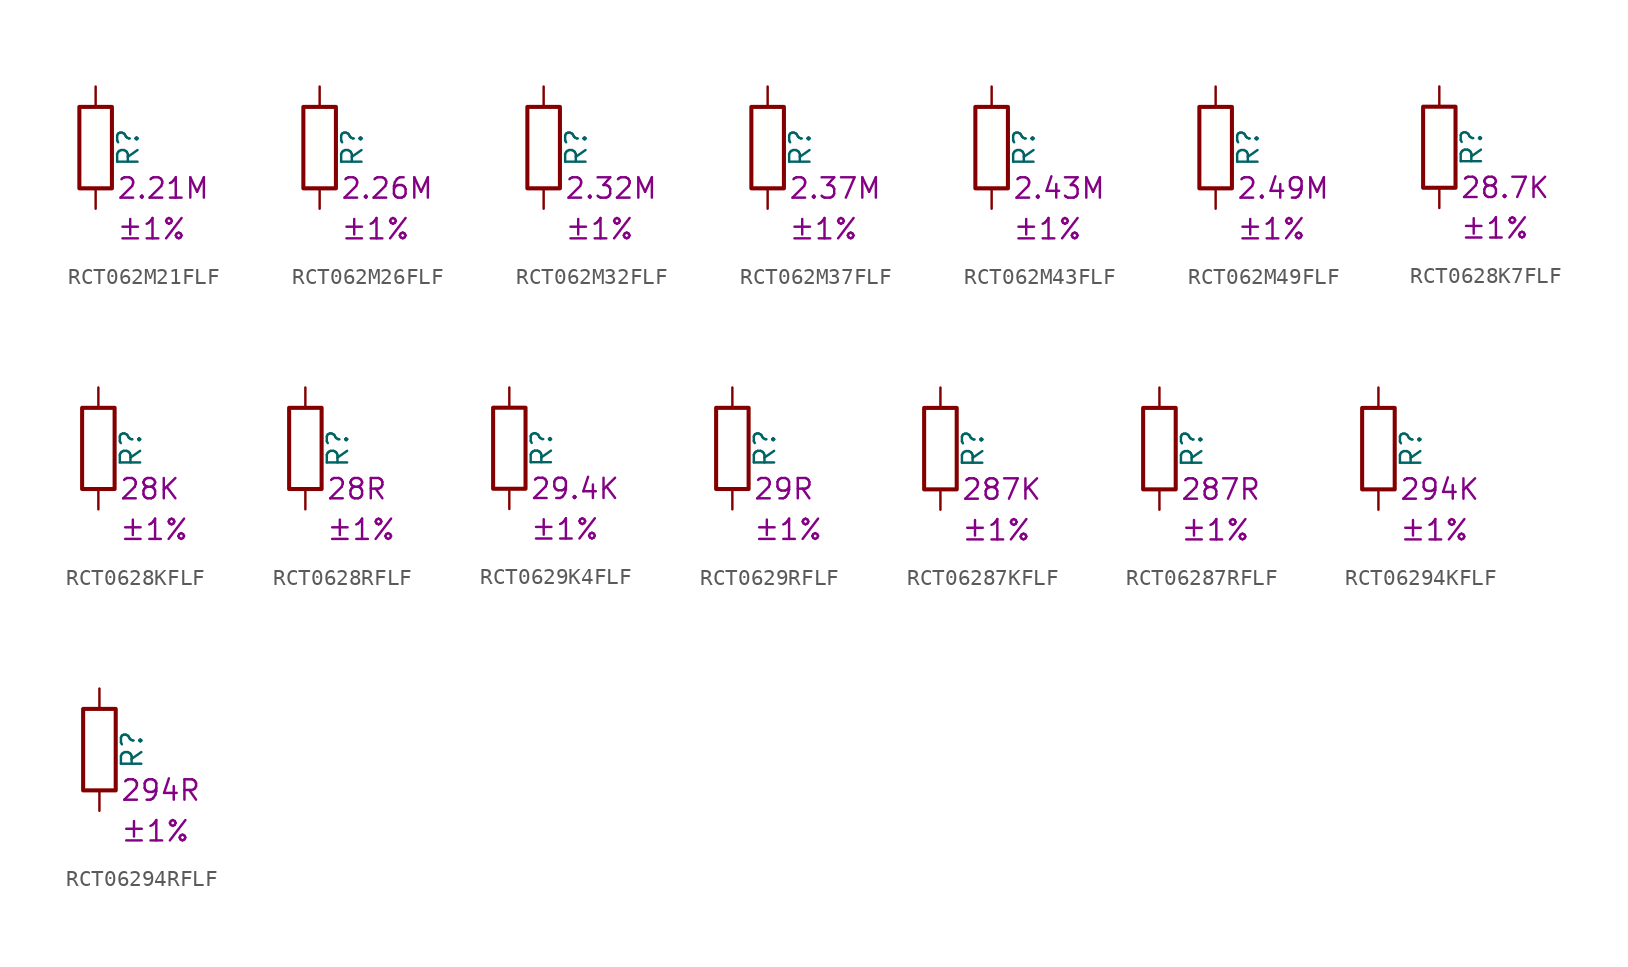
<source format=kicad_sym>
(kicad_symbol_lib
  (version 20220914)
  (generator kicad_symbol_editor)
  (symbol "RCT062M21FLF"
    (pin_numbers hide)
    (pin_names
      (offset 0))
    (property "Reference" "R"
      (at 2.032 0 90)
      (effects (font (size 1.27 1.27))))
    (property "Resistance" "2.21M"
      (at 1.27 -2.54 0)
      (effects (font (size 1.27 1.27)) (justify left)))
    (property "Tolerance" "±1%"
      (at 1.27 -5.08 0)
      (effects (font (size 1.27 1.27)) (justify left)))
    (symbol "RCT062M21FLF_0_1"
      (rectangle (start -1.016 -2.54) (end 1.016 2.54) (stroke (width 0.254) (type default)) (fill (type none))))
    (symbol "RCT062M21FLF_1_1"
      (pin passive line (at 0 3.81 270) (length 1.27) (name "~" (effects (font (size 1.27 1.27)))) (number "1" (effects (font (size 1.27 1.27)))))
      (pin passive line (at 0 -3.81 90) (length 1.27) (name "~" (effects (font (size 1.27 1.27)))) (number "2" (effects (font (size 1.27 1.27)))))))
  (symbol "RCT062M26FLF"
    (pin_numbers hide)
    (pin_names
      (offset 0))
    (property "Reference" "R"
      (at 2.032 0 90)
      (effects (font (size 1.27 1.27))))
    (property "Resistance" "2.26M"
      (at 1.27 -2.54 0)
      (effects (font (size 1.27 1.27)) (justify left)))
    (property "Tolerance" "±1%"
      (at 1.27 -5.08 0)
      (effects (font (size 1.27 1.27)) (justify left)))
    (symbol "RCT062M26FLF_0_1"
      (rectangle (start -1.016 -2.54) (end 1.016 2.54) (stroke (width 0.254) (type default)) (fill (type none))))
    (symbol "RCT062M26FLF_1_1"
      (pin passive line (at 0 3.81 270) (length 1.27) (name "~" (effects (font (size 1.27 1.27)))) (number "1" (effects (font (size 1.27 1.27)))))
      (pin passive line (at 0 -3.81 90) (length 1.27) (name "~" (effects (font (size 1.27 1.27)))) (number "2" (effects (font (size 1.27 1.27)))))))
  (symbol "RCT062M32FLF"
    (pin_numbers hide)
    (pin_names
      (offset 0))
    (property "Reference" "R"
      (at 2.032 0 90)
      (effects (font (size 1.27 1.27))))
    (property "Resistance" "2.32M"
      (at 1.27 -2.54 0)
      (effects (font (size 1.27 1.27)) (justify left)))
    (property "Tolerance" "±1%"
      (at 1.27 -5.08 0)
      (effects (font (size 1.27 1.27)) (justify left)))
    (symbol "RCT062M32FLF_0_1"
      (rectangle (start -1.016 -2.54) (end 1.016 2.54) (stroke (width 0.254) (type default)) (fill (type none))))
    (symbol "RCT062M32FLF_1_1"
      (pin passive line (at 0 3.81 270) (length 1.27) (name "~" (effects (font (size 1.27 1.27)))) (number "1" (effects (font (size 1.27 1.27)))))
      (pin passive line (at 0 -3.81 90) (length 1.27) (name "~" (effects (font (size 1.27 1.27)))) (number "2" (effects (font (size 1.27 1.27)))))))
  (symbol "RCT062M37FLF"
    (pin_numbers hide)
    (pin_names
      (offset 0))
    (property "Reference" "R"
      (at 2.032 0 90)
      (effects (font (size 1.27 1.27))))
    (property "Resistance" "2.37M"
      (at 1.27 -2.54 0)
      (effects (font (size 1.27 1.27)) (justify left)))
    (property "Tolerance" "±1%"
      (at 1.27 -5.08 0)
      (effects (font (size 1.27 1.27)) (justify left)))
    (symbol "RCT062M37FLF_0_1"
      (rectangle (start -1.016 -2.54) (end 1.016 2.54) (stroke (width 0.254) (type default)) (fill (type none))))
    (symbol "RCT062M37FLF_1_1"
      (pin passive line (at 0 3.81 270) (length 1.27) (name "~" (effects (font (size 1.27 1.27)))) (number "1" (effects (font (size 1.27 1.27)))))
      (pin passive line (at 0 -3.81 90) (length 1.27) (name "~" (effects (font (size 1.27 1.27)))) (number "2" (effects (font (size 1.27 1.27)))))))
  (symbol "RCT062M43FLF"
    (pin_numbers hide)
    (pin_names
      (offset 0))
    (property "Reference" "R"
      (at 2.032 0 90)
      (effects (font (size 1.27 1.27))))
    (property "Resistance" "2.43M"
      (at 1.27 -2.54 0)
      (effects (font (size 1.27 1.27)) (justify left)))
    (property "Tolerance" "±1%"
      (at 1.27 -5.08 0)
      (effects (font (size 1.27 1.27)) (justify left)))
    (symbol "RCT062M43FLF_0_1"
      (rectangle (start -1.016 -2.54) (end 1.016 2.54) (stroke (width 0.254) (type default)) (fill (type none))))
    (symbol "RCT062M43FLF_1_1"
      (pin passive line (at 0 3.81 270) (length 1.27) (name "~" (effects (font (size 1.27 1.27)))) (number "1" (effects (font (size 1.27 1.27)))))
      (pin passive line (at 0 -3.81 90) (length 1.27) (name "~" (effects (font (size 1.27 1.27)))) (number "2" (effects (font (size 1.27 1.27)))))))
  (symbol "RCT062M49FLF"
    (pin_numbers hide)
    (pin_names
      (offset 0))
    (property "Reference" "R"
      (at 2.032 0 90)
      (effects (font (size 1.27 1.27))))
    (property "Resistance" "2.49M"
      (at 1.27 -2.54 0)
      (effects (font (size 1.27 1.27)) (justify left)))
    (property "Tolerance" "±1%"
      (at 1.27 -5.08 0)
      (effects (font (size 1.27 1.27)) (justify left)))
    (symbol "RCT062M49FLF_0_1"
      (rectangle (start -1.016 -2.54) (end 1.016 2.54) (stroke (width 0.254) (type default)) (fill (type none))))
    (symbol "RCT062M49FLF_1_1"
      (pin passive line (at 0 3.81 270) (length 1.27) (name "~" (effects (font (size 1.27 1.27)))) (number "1" (effects (font (size 1.27 1.27)))))
      (pin passive line (at 0 -3.81 90) (length 1.27) (name "~" (effects (font (size 1.27 1.27)))) (number "2" (effects (font (size 1.27 1.27)))))))
  (symbol "RCT0628K7FLF"
    (pin_numbers hide)
    (pin_names
      (offset 0))
    (property "Reference" "R"
      (at 2.032 0 90)
      (effects (font (size 1.27 1.27))))
    (property "Resistance" "28.7K"
      (at 1.27 -2.54 0)
      (effects (font (size 1.27 1.27)) (justify left)))
    (property "Tolerance" "±1%"
      (at 1.27 -5.08 0)
      (effects (font (size 1.27 1.27)) (justify left)))
    (symbol "RCT0628K7FLF_0_1"
      (rectangle (start -1.016 -2.54) (end 1.016 2.54) (stroke (width 0.254) (type default)) (fill (type none))))
    (symbol "RCT0628K7FLF_1_1"
      (pin passive line (at 0 3.81 270) (length 1.27) (name "~" (effects (font (size 1.27 1.27)))) (number "1" (effects (font (size 1.27 1.27)))))
      (pin passive line (at 0 -3.81 90) (length 1.27) (name "~" (effects (font (size 1.27 1.27)))) (number "2" (effects (font (size 1.27 1.27)))))))
  (symbol "RCT0628KFLF"
    (pin_numbers hide)
    (pin_names
      (offset 0))
    (property "Reference" "R"
      (at 2.032 0 90)
      (effects (font (size 1.27 1.27))))
    (property "Resistance" "28K"
      (at 1.27 -2.54 0)
      (effects (font (size 1.27 1.27)) (justify left)))
    (property "Tolerance" "±1%"
      (at 1.27 -5.08 0)
      (effects (font (size 1.27 1.27)) (justify left)))
    (symbol "RCT0628KFLF_0_1"
      (rectangle (start -1.016 -2.54) (end 1.016 2.54) (stroke (width 0.254) (type default)) (fill (type none))))
    (symbol "RCT0628KFLF_1_1"
      (pin passive line (at 0 3.81 270) (length 1.27) (name "~" (effects (font (size 1.27 1.27)))) (number "1" (effects (font (size 1.27 1.27)))))
      (pin passive line (at 0 -3.81 90) (length 1.27) (name "~" (effects (font (size 1.27 1.27)))) (number "2" (effects (font (size 1.27 1.27)))))))
  (symbol "RCT0628RFLF"
    (pin_numbers hide)
    (pin_names
      (offset 0))
    (property "Reference" "R"
      (at 2.032 0 90)
      (effects (font (size 1.27 1.27))))
    (property "Resistance" "28R"
      (at 1.27 -2.54 0)
      (effects (font (size 1.27 1.27)) (justify left)))
    (property "Tolerance" "±1%"
      (at 1.27 -5.08 0)
      (effects (font (size 1.27 1.27)) (justify left)))
    (symbol "RCT0628RFLF_0_1"
      (rectangle (start -1.016 -2.54) (end 1.016 2.54) (stroke (width 0.254) (type default)) (fill (type none))))
    (symbol "RCT0628RFLF_1_1"
      (pin passive line (at 0 3.81 270) (length 1.27) (name "~" (effects (font (size 1.27 1.27)))) (number "1" (effects (font (size 1.27 1.27)))))
      (pin passive line (at 0 -3.81 90) (length 1.27) (name "~" (effects (font (size 1.27 1.27)))) (number "2" (effects (font (size 1.27 1.27)))))))
  (symbol "RCT0629K4FLF"
    (pin_numbers hide)
    (pin_names
      (offset 0))
    (property "Reference" "R"
      (at 2.032 0 90)
      (effects (font (size 1.27 1.27))))
    (property "Resistance" "29.4K"
      (at 1.27 -2.54 0)
      (effects (font (size 1.27 1.27)) (justify left)))
    (property "Tolerance" "±1%"
      (at 1.27 -5.08 0)
      (effects (font (size 1.27 1.27)) (justify left)))
    (symbol "RCT0629K4FLF_0_1"
      (rectangle (start -1.016 -2.54) (end 1.016 2.54) (stroke (width 0.254) (type default)) (fill (type none))))
    (symbol "RCT0629K4FLF_1_1"
      (pin passive line (at 0 3.81 270) (length 1.27) (name "~" (effects (font (size 1.27 1.27)))) (number "1" (effects (font (size 1.27 1.27)))))
      (pin passive line (at 0 -3.81 90) (length 1.27) (name "~" (effects (font (size 1.27 1.27)))) (number "2" (effects (font (size 1.27 1.27)))))))
  (symbol "RCT0629RFLF"
    (pin_numbers hide)
    (pin_names
      (offset 0))
    (property "Reference" "R"
      (at 2.032 0 90)
      (effects (font (size 1.27 1.27))))
    (property "Resistance" "29R"
      (at 1.27 -2.54 0)
      (effects (font (size 1.27 1.27)) (justify left)))
    (property "Tolerance" "±1%"
      (at 1.27 -5.08 0)
      (effects (font (size 1.27 1.27)) (justify left)))
    (symbol "RCT0629RFLF_0_1"
      (rectangle (start -1.016 -2.54) (end 1.016 2.54) (stroke (width 0.254) (type default)) (fill (type none))))
    (symbol "RCT0629RFLF_1_1"
      (pin passive line (at 0 3.81 270) (length 1.27) (name "~" (effects (font (size 1.27 1.27)))) (number "1" (effects (font (size 1.27 1.27)))))
      (pin passive line (at 0 -3.81 90) (length 1.27) (name "~" (effects (font (size 1.27 1.27)))) (number "2" (effects (font (size 1.27 1.27)))))))
  (symbol "RCT06287KFLF"
    (pin_numbers hide)
    (pin_names
      (offset 0))
    (property "Reference" "R"
      (at 2.032 0 90)
      (effects (font (size 1.27 1.27))))
    (property "Resistance" "287K"
      (at 1.27 -2.54 0)
      (effects (font (size 1.27 1.27)) (justify left)))
    (property "Tolerance" "±1%"
      (at 1.27 -5.08 0)
      (effects (font (size 1.27 1.27)) (justify left)))
    (symbol "RCT06287KFLF_0_1"
      (rectangle (start -1.016 -2.54) (end 1.016 2.54) (stroke (width 0.254) (type default)) (fill (type none))))
    (symbol "RCT06287KFLF_1_1"
      (pin passive line (at 0 3.81 270) (length 1.27) (name "~" (effects (font (size 1.27 1.27)))) (number "1" (effects (font (size 1.27 1.27)))))
      (pin passive line (at 0 -3.81 90) (length 1.27) (name "~" (effects (font (size 1.27 1.27)))) (number "2" (effects (font (size 1.27 1.27)))))))
  (symbol "RCT06287RFLF"
    (pin_numbers hide)
    (pin_names
      (offset 0))
    (property "Reference" "R"
      (at 2.032 0 90)
      (effects (font (size 1.27 1.27))))
    (property "Resistance" "287R"
      (at 1.27 -2.54 0)
      (effects (font (size 1.27 1.27)) (justify left)))
    (property "Tolerance" "±1%"
      (at 1.27 -5.08 0)
      (effects (font (size 1.27 1.27)) (justify left)))
    (symbol "RCT06287RFLF_0_1"
      (rectangle (start -1.016 -2.54) (end 1.016 2.54) (stroke (width 0.254) (type default)) (fill (type none))))
    (symbol "RCT06287RFLF_1_1"
      (pin passive line (at 0 3.81 270) (length 1.27) (name "~" (effects (font (size 1.27 1.27)))) (number "1" (effects (font (size 1.27 1.27)))))
      (pin passive line (at 0 -3.81 90) (length 1.27) (name "~" (effects (font (size 1.27 1.27)))) (number "2" (effects (font (size 1.27 1.27)))))))
  (symbol "RCT06294KFLF"
    (pin_numbers hide)
    (pin_names
      (offset 0))
    (property "Reference" "R"
      (at 2.032 0 90)
      (effects (font (size 1.27 1.27))))
    (property "Resistance" "294K"
      (at 1.27 -2.54 0)
      (effects (font (size 1.27 1.27)) (justify left)))
    (property "Tolerance" "±1%"
      (at 1.27 -5.08 0)
      (effects (font (size 1.27 1.27)) (justify left)))
    (symbol "RCT06294KFLF_0_1"
      (rectangle (start -1.016 -2.54) (end 1.016 2.54) (stroke (width 0.254) (type default)) (fill (type none))))
    (symbol "RCT06294KFLF_1_1"
      (pin passive line (at 0 3.81 270) (length 1.27) (name "~" (effects (font (size 1.27 1.27)))) (number "1" (effects (font (size 1.27 1.27)))))
      (pin passive line (at 0 -3.81 90) (length 1.27) (name "~" (effects (font (size 1.27 1.27)))) (number "2" (effects (font (size 1.27 1.27)))))))
  (symbol "RCT06294RFLF"
    (pin_numbers hide)
    (pin_names
      (offset 0))
    (property "Reference" "R"
      (at 2.032 0 90)
      (effects (font (size 1.27 1.27))))
    (property "Resistance" "294R"
      (at 1.27 -2.54 0)
      (effects (font (size 1.27 1.27)) (justify left)))
    (property "Tolerance" "±1%"
      (at 1.27 -5.08 0)
      (effects (font (size 1.27 1.27)) (justify left)))
    (symbol "RCT06294RFLF_0_1"
      (rectangle (start -1.016 -2.54) (end 1.016 2.54) (stroke (width 0.254) (type default)) (fill (type none))))
    (symbol "RCT06294RFLF_1_1"
      (pin passive line (at 0 3.81 270) (length 1.27) (name "~" (effects (font (size 1.27 1.27)))) (number "1" (effects (font (size 1.27 1.27)))))
      (pin passive line (at 0 -3.81 90) (length 1.27) (name "~" (effects (font (size 1.27 1.27)))) (number "2" (effects (font (size 1.27 1.27))))))))
</source>
